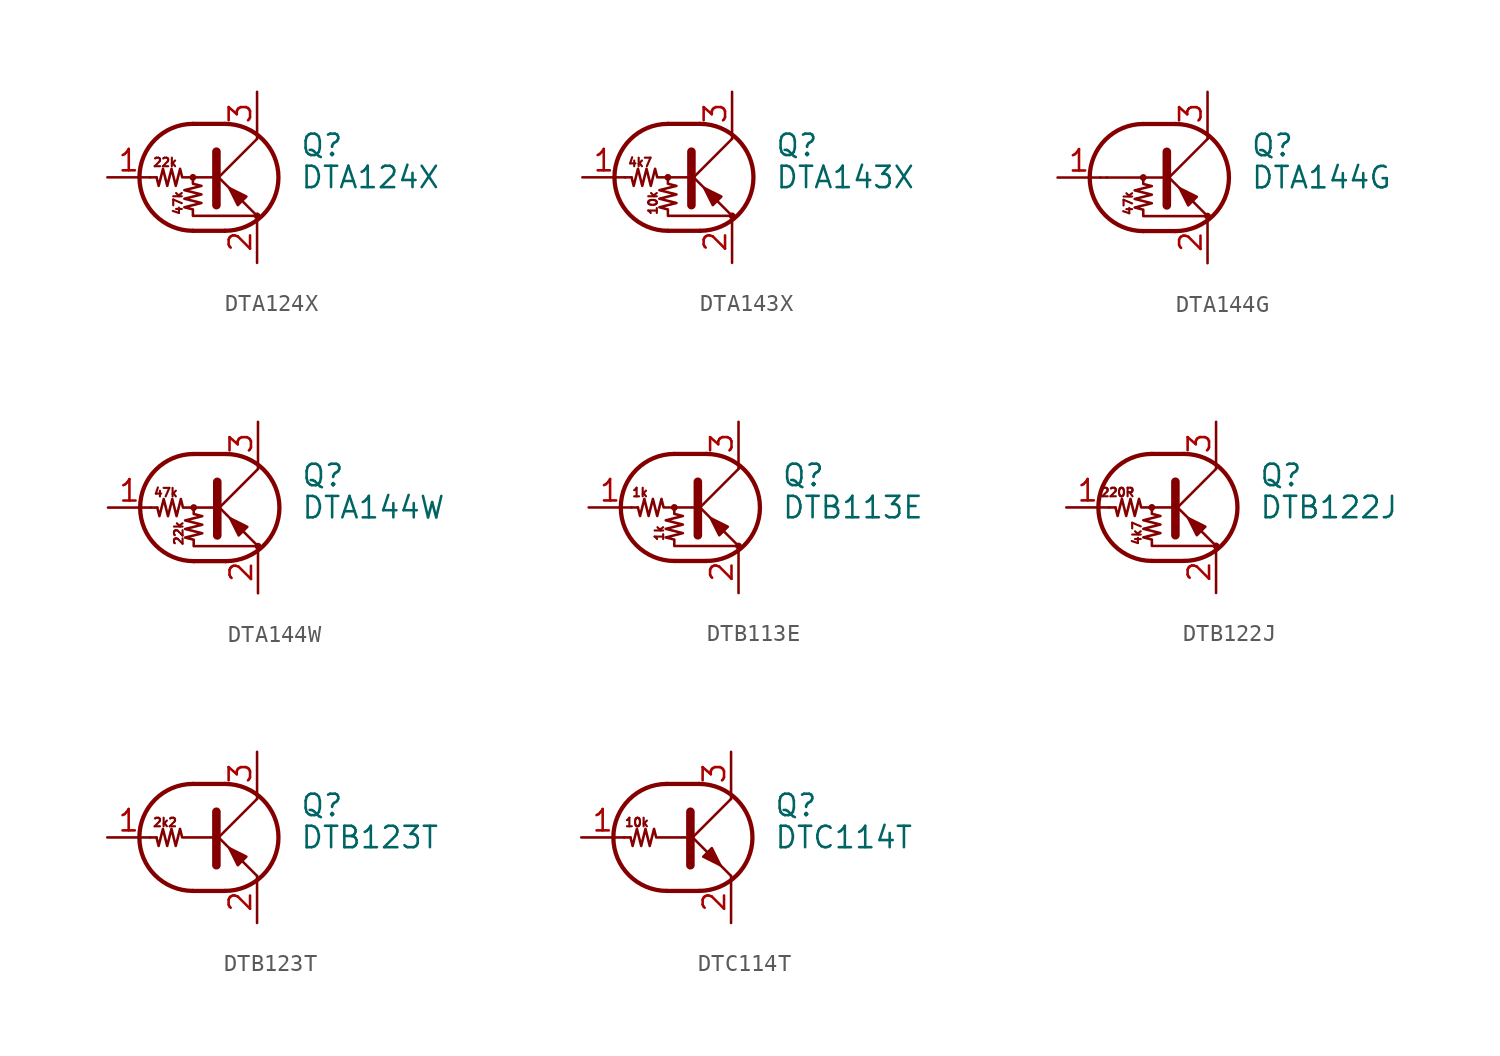
<source format=kicad_sym>
(kicad_symbol_lib
  (version 20220914)
  (generator kicad_symbol_editor)
  (symbol "DTA124X"
    (pin_names
      (offset 0) hide)
    (property "Reference" "Q"
      (at 5.08 1.905 0)
      (effects (font (size 1.27 1.27)) (justify left)))
    (property "Value" "DTA124X"
      (at 5.08 0 0)
      (effects (font (size 1.27 1.27)) (justify left)))
    (symbol "DTA124X_0_0"
      (text "22k" (at -2.921 0.889 0) (effects (font (size 0.508 0.508))))
      (text "47k" (at -2.159 -1.524 900) (effects (font (size 0.508 0.508)))))
    (symbol "DTA124X_0_1"
      (circle (center -1.27 0) (radius 0.127) (stroke (width 0) (type solid)) (fill (type none)))
      (arc (start -1.27 3.175) (mid -4.4312 0) (end -1.27 -3.175) (stroke (width 0.254) (type solid)) (fill (type none)))
      (polyline (pts (xy -3.429 0) (xy -3.81 0)) (stroke (width 0) (type solid)) (fill (type none)))
      (polyline (pts (xy -1.27 -3.175) (xy 0.635 -3.175)) (stroke (width 0.254) (type solid)) (fill (type none)))
      (polyline (pts (xy -1.27 3.175) (xy 0.635 3.175)) (stroke (width 0.254) (type solid)) (fill (type none)))
      (polyline (pts (xy 0 -0.254) (xy 2.54 2.286)) (stroke (width 0) (type solid)) (fill (type none)))
      (polyline (pts (xy 0.127 1.524) (xy 0.127 -1.651)) (stroke (width 0.508) (type solid)) (fill (type outline)))
      (polyline (pts (xy 2.54 2.286) (xy 2.54 2.54)) (stroke (width 0) (type solid)) (fill (type none)))
      (polyline (pts (xy 2.54 -2.286) (xy 0 0.254) (xy 0 0.254)) (stroke (width 0) (type solid)) (fill (type none)))
      (polyline (pts (xy 1.397 -1.651) (xy 1.905 -1.143) (xy 0.889 -0.635) (xy 1.397 -1.651)) (stroke (width 0) (type solid)) (fill (type outline)))
      (polyline (pts (xy 0 0) (xy -1.905 0) (xy -2.032 0.508) (xy -2.286 -0.508) (xy -2.54 0.508) (xy -2.794 -0.508) (xy -3.048 0.508) (xy -3.302 -0.508) (xy -3.429 0)) (stroke (width 0) (type solid)) (fill (type none)))
      (polyline (pts (xy -1.27 0) (xy -1.27 -0.381) (xy -0.762 -0.508) (xy -1.778 -0.762) (xy -0.762 -1.016) (xy -1.778 -1.27) (xy -0.762 -1.524) (xy -1.778 -1.778) (xy -1.27 -1.905) (xy -1.27 -2.286) (xy 2.54 -2.286)) (stroke (width 0) (type solid)) (fill (type none)))
      (arc (start 0.635 -3.175) (mid 3.7962 0) (end 0.635 3.175) (stroke (width 0.254) (type solid)) (fill (type none)))
      (circle (center 2.54 -2.286) (radius 0.127) (stroke (width 0) (type solid)) (fill (type none))))
    (symbol "DTA124X_1_1"
      (pin input line (at -6.35 0 0) (length 2.54) (name "B" (effects (font (size 1.27 1.27)))) (number "1" (effects (font (size 1.27 1.27)))))
      (pin passive line (at 2.54 -5.08 90) (length 2.54) (name "E" (effects (font (size 1.27 1.27)))) (number "2" (effects (font (size 1.27 1.27)))))
      (pin passive line (at 2.54 5.08 270) (length 2.54) (name "C" (effects (font (size 1.27 1.27)))) (number "3" (effects (font (size 1.27 1.27)))))))
  (symbol "DTA143X"
    (pin_names
      (offset 0) hide)
    (property "Reference" "Q"
      (at 5.08 1.905 0)
      (effects (font (size 1.27 1.27)) (justify left)))
    (property "Value" "DTA143X"
      (at 5.08 0 0)
      (effects (font (size 1.27 1.27)) (justify left)))
    (symbol "DTA143X_0_0"
      (text "10k" (at -2.159 -1.524 900) (effects (font (size 0.508 0.508))))
      (text "4k7" (at -2.921 0.889 0) (effects (font (size 0.508 0.508)))))
    (symbol "DTA143X_0_1"
      (circle (center -1.27 0) (radius 0.127) (stroke (width 0) (type solid)) (fill (type none)))
      (arc (start -1.27 3.175) (mid -4.4312 0) (end -1.27 -3.175) (stroke (width 0.254) (type solid)) (fill (type none)))
      (polyline (pts (xy -3.429 0) (xy -3.81 0)) (stroke (width 0) (type solid)) (fill (type none)))
      (polyline (pts (xy -1.27 -3.175) (xy 0.635 -3.175)) (stroke (width 0.254) (type solid)) (fill (type none)))
      (polyline (pts (xy -1.27 3.175) (xy 0.635 3.175)) (stroke (width 0.254) (type solid)) (fill (type none)))
      (polyline (pts (xy 0 -0.254) (xy 2.54 2.286)) (stroke (width 0) (type solid)) (fill (type none)))
      (polyline (pts (xy 0.127 1.524) (xy 0.127 -1.651)) (stroke (width 0.508) (type solid)) (fill (type outline)))
      (polyline (pts (xy 2.54 2.286) (xy 2.54 2.54)) (stroke (width 0) (type solid)) (fill (type none)))
      (polyline (pts (xy 2.54 -2.286) (xy 0 0.254) (xy 0 0.254)) (stroke (width 0) (type solid)) (fill (type none)))
      (polyline (pts (xy 1.397 -1.651) (xy 1.905 -1.143) (xy 0.889 -0.635) (xy 1.397 -1.651)) (stroke (width 0) (type solid)) (fill (type outline)))
      (polyline (pts (xy 0 0) (xy -1.905 0) (xy -2.032 0.508) (xy -2.286 -0.508) (xy -2.54 0.508) (xy -2.794 -0.508) (xy -3.048 0.508) (xy -3.302 -0.508) (xy -3.429 0)) (stroke (width 0) (type solid)) (fill (type none)))
      (polyline (pts (xy -1.27 0) (xy -1.27 -0.381) (xy -0.762 -0.508) (xy -1.778 -0.762) (xy -0.762 -1.016) (xy -1.778 -1.27) (xy -0.762 -1.524) (xy -1.778 -1.778) (xy -1.27 -1.905) (xy -1.27 -2.286) (xy 2.54 -2.286)) (stroke (width 0) (type solid)) (fill (type none)))
      (arc (start 0.635 -3.175) (mid 3.7962 0) (end 0.635 3.175) (stroke (width 0.254) (type solid)) (fill (type none)))
      (circle (center 2.54 -2.286) (radius 0.127) (stroke (width 0) (type solid)) (fill (type none))))
    (symbol "DTA143X_1_1"
      (pin input line (at -6.35 0 0) (length 2.54) (name "B" (effects (font (size 1.27 1.27)))) (number "1" (effects (font (size 1.27 1.27)))))
      (pin passive line (at 2.54 -5.08 90) (length 2.54) (name "E" (effects (font (size 1.27 1.27)))) (number "2" (effects (font (size 1.27 1.27)))))
      (pin passive line (at 2.54 5.08 270) (length 2.54) (name "C" (effects (font (size 1.27 1.27)))) (number "3" (effects (font (size 1.27 1.27)))))))
  (symbol "DTA144G"
    (pin_names
      (offset 0) hide)
    (property "Reference" "Q"
      (at 5.08 1.905 0)
      (effects (font (size 1.27 1.27)) (justify left)))
    (property "Value" "DTA144G"
      (at 5.08 0 0)
      (effects (font (size 1.27 1.27)) (justify left)))
    (symbol "DTA144G_0_0"
      (polyline (pts (xy -3.429 0) (xy 0 0)) (stroke (width 0) (type solid)) (fill (type none)))
      (text "47k" (at -2.159 -1.524 900) (effects (font (size 0.508 0.508)))))
    (symbol "DTA144G_0_1"
      (circle (center -1.27 0) (radius 0.127) (stroke (width 0) (type solid)) (fill (type none)))
      (arc (start -1.27 3.175) (mid -4.4312 0) (end -1.27 -3.175) (stroke (width 0.254) (type solid)) (fill (type none)))
      (polyline (pts (xy -3.429 0) (xy -3.81 0)) (stroke (width 0) (type solid)) (fill (type none)))
      (polyline (pts (xy -1.27 -3.175) (xy 0.635 -3.175)) (stroke (width 0.254) (type solid)) (fill (type none)))
      (polyline (pts (xy -1.27 3.175) (xy 0.635 3.175)) (stroke (width 0.254) (type solid)) (fill (type none)))
      (polyline (pts (xy 0 -0.254) (xy 2.54 2.286)) (stroke (width 0) (type solid)) (fill (type none)))
      (polyline (pts (xy 0.127 1.524) (xy 0.127 -1.651)) (stroke (width 0.508) (type solid)) (fill (type outline)))
      (polyline (pts (xy 2.54 2.286) (xy 2.54 2.54)) (stroke (width 0) (type solid)) (fill (type none)))
      (polyline (pts (xy 2.54 -2.286) (xy 0 0.254) (xy 0 0.254)) (stroke (width 0) (type solid)) (fill (type none)))
      (polyline (pts (xy 1.397 -1.651) (xy 1.905 -1.143) (xy 0.889 -0.635) (xy 1.397 -1.651)) (stroke (width 0) (type solid)) (fill (type outline)))
      (polyline (pts (xy -1.27 0) (xy -1.27 -0.381) (xy -0.762 -0.508) (xy -1.778 -0.762) (xy -0.762 -1.016) (xy -1.778 -1.27) (xy -0.762 -1.524) (xy -1.778 -1.778) (xy -1.27 -1.905) (xy -1.27 -2.286) (xy 2.54 -2.286)) (stroke (width 0) (type solid)) (fill (type none)))
      (arc (start 0.635 -3.175) (mid 3.7962 0) (end 0.635 3.175) (stroke (width 0.254) (type solid)) (fill (type none)))
      (circle (center 2.54 -2.286) (radius 0.127) (stroke (width 0) (type solid)) (fill (type none))))
    (symbol "DTA144G_1_1"
      (pin input line (at -6.35 0 0) (length 2.54) (name "B" (effects (font (size 1.27 1.27)))) (number "1" (effects (font (size 1.27 1.27)))))
      (pin passive line (at 2.54 -5.08 90) (length 2.54) (name "E" (effects (font (size 1.27 1.27)))) (number "2" (effects (font (size 1.27 1.27)))))
      (pin passive line (at 2.54 5.08 270) (length 2.54) (name "C" (effects (font (size 1.27 1.27)))) (number "3" (effects (font (size 1.27 1.27)))))))
  (symbol "DTA144W"
    (pin_names
      (offset 0) hide)
    (property "Reference" "Q"
      (at 5.08 1.905 0)
      (effects (font (size 1.27 1.27)) (justify left)))
    (property "Value" "DTA144W"
      (at 5.08 0 0)
      (effects (font (size 1.27 1.27)) (justify left)))
    (symbol "DTA144W_0_0"
      (text "22k" (at -2.159 -1.524 900) (effects (font (size 0.508 0.508))))
      (text "47k" (at -2.921 0.889 0) (effects (font (size 0.508 0.508)))))
    (symbol "DTA144W_0_1"
      (circle (center -1.27 0) (radius 0.127) (stroke (width 0) (type solid)) (fill (type none)))
      (arc (start -1.27 3.175) (mid -4.4312 0) (end -1.27 -3.175) (stroke (width 0.254) (type solid)) (fill (type none)))
      (polyline (pts (xy -3.429 0) (xy -3.81 0)) (stroke (width 0) (type solid)) (fill (type none)))
      (polyline (pts (xy -1.27 -3.175) (xy 0.635 -3.175)) (stroke (width 0.254) (type solid)) (fill (type none)))
      (polyline (pts (xy -1.27 3.175) (xy 0.635 3.175)) (stroke (width 0.254) (type solid)) (fill (type none)))
      (polyline (pts (xy 0 -0.254) (xy 2.54 2.286)) (stroke (width 0) (type solid)) (fill (type none)))
      (polyline (pts (xy 0.127 1.524) (xy 0.127 -1.651)) (stroke (width 0.508) (type solid)) (fill (type outline)))
      (polyline (pts (xy 2.54 2.286) (xy 2.54 2.54)) (stroke (width 0) (type solid)) (fill (type none)))
      (polyline (pts (xy 2.54 -2.286) (xy 0 0.254) (xy 0 0.254)) (stroke (width 0) (type solid)) (fill (type none)))
      (polyline (pts (xy 1.397 -1.651) (xy 1.905 -1.143) (xy 0.889 -0.635) (xy 1.397 -1.651)) (stroke (width 0) (type solid)) (fill (type outline)))
      (polyline (pts (xy 0 0) (xy -1.905 0) (xy -2.032 0.508) (xy -2.286 -0.508) (xy -2.54 0.508) (xy -2.794 -0.508) (xy -3.048 0.508) (xy -3.302 -0.508) (xy -3.429 0)) (stroke (width 0) (type solid)) (fill (type none)))
      (polyline (pts (xy -1.27 0) (xy -1.27 -0.381) (xy -0.762 -0.508) (xy -1.778 -0.762) (xy -0.762 -1.016) (xy -1.778 -1.27) (xy -0.762 -1.524) (xy -1.778 -1.778) (xy -1.27 -1.905) (xy -1.27 -2.286) (xy 2.54 -2.286)) (stroke (width 0) (type solid)) (fill (type none)))
      (arc (start 0.635 -3.175) (mid 3.7962 0) (end 0.635 3.175) (stroke (width 0.254) (type solid)) (fill (type none)))
      (circle (center 2.54 -2.286) (radius 0.127) (stroke (width 0) (type solid)) (fill (type none))))
    (symbol "DTA144W_1_1"
      (pin input line (at -6.35 0 0) (length 2.54) (name "B" (effects (font (size 1.27 1.27)))) (number "1" (effects (font (size 1.27 1.27)))))
      (pin passive line (at 2.54 -5.08 90) (length 2.54) (name "E" (effects (font (size 1.27 1.27)))) (number "2" (effects (font (size 1.27 1.27)))))
      (pin passive line (at 2.54 5.08 270) (length 2.54) (name "C" (effects (font (size 1.27 1.27)))) (number "3" (effects (font (size 1.27 1.27)))))))
  (symbol "DTB113E"
    (pin_names
      (offset 0) hide)
    (property "Reference" "Q"
      (at 5.08 1.905 0)
      (effects (font (size 1.27 1.27)) (justify left)))
    (property "Value" "DTB113E"
      (at 5.08 0 0)
      (effects (font (size 1.27 1.27)) (justify left)))
    (symbol "DTB113E_0_0"
      (text "1k" (at -3.302 0.889 0) (effects (font (size 0.508 0.508))))
      (text "1k" (at -2.159 -1.524 900) (effects (font (size 0.508 0.508)))))
    (symbol "DTB113E_0_1"
      (circle (center -1.27 0) (radius 0.127) (stroke (width 0) (type solid)) (fill (type none)))
      (arc (start -1.27 3.175) (mid -4.4312 0) (end -1.27 -3.175) (stroke (width 0.254) (type solid)) (fill (type none)))
      (polyline (pts (xy -3.429 0) (xy -3.81 0)) (stroke (width 0) (type solid)) (fill (type none)))
      (polyline (pts (xy -1.27 -3.175) (xy 0.635 -3.175)) (stroke (width 0.254) (type solid)) (fill (type none)))
      (polyline (pts (xy -1.27 3.175) (xy 0.635 3.175)) (stroke (width 0.254) (type solid)) (fill (type none)))
      (polyline (pts (xy 0 -0.254) (xy 2.54 2.286)) (stroke (width 0) (type solid)) (fill (type none)))
      (polyline (pts (xy 0.127 1.524) (xy 0.127 -1.651)) (stroke (width 0.508) (type solid)) (fill (type outline)))
      (polyline (pts (xy 2.54 2.286) (xy 2.54 2.54)) (stroke (width 0) (type solid)) (fill (type none)))
      (polyline (pts (xy 2.54 -2.286) (xy 0 0.254) (xy 0 0.254)) (stroke (width 0) (type solid)) (fill (type none)))
      (polyline (pts (xy 1.397 -1.651) (xy 1.905 -1.143) (xy 0.889 -0.635) (xy 1.397 -1.651)) (stroke (width 0) (type solid)) (fill (type outline)))
      (polyline (pts (xy 0 0) (xy -1.905 0) (xy -2.032 0.508) (xy -2.286 -0.508) (xy -2.54 0.508) (xy -2.794 -0.508) (xy -3.048 0.508) (xy -3.302 -0.508) (xy -3.429 0)) (stroke (width 0) (type solid)) (fill (type none)))
      (polyline (pts (xy -1.27 0) (xy -1.27 -0.381) (xy -0.762 -0.508) (xy -1.778 -0.762) (xy -0.762 -1.016) (xy -1.778 -1.27) (xy -0.762 -1.524) (xy -1.778 -1.778) (xy -1.27 -1.905) (xy -1.27 -2.286) (xy 2.54 -2.286)) (stroke (width 0) (type solid)) (fill (type none)))
      (arc (start 0.635 -3.175) (mid 3.7962 0) (end 0.635 3.175) (stroke (width 0.254) (type solid)) (fill (type none)))
      (circle (center 2.54 -2.286) (radius 0.127) (stroke (width 0) (type solid)) (fill (type none))))
    (symbol "DTB113E_1_1"
      (pin input line (at -6.35 0 0) (length 2.54) (name "B" (effects (font (size 1.27 1.27)))) (number "1" (effects (font (size 1.27 1.27)))))
      (pin passive line (at 2.54 -5.08 90) (length 2.54) (name "E" (effects (font (size 1.27 1.27)))) (number "2" (effects (font (size 1.27 1.27)))))
      (pin passive line (at 2.54 5.08 270) (length 2.54) (name "C" (effects (font (size 1.27 1.27)))) (number "3" (effects (font (size 1.27 1.27)))))))
  (symbol "DTB122J"
    (pin_names
      (offset 0) hide)
    (property "Reference" "Q"
      (at 5.08 1.905 0)
      (effects (font (size 1.27 1.27)) (justify left)))
    (property "Value" "DTB122J"
      (at 5.08 0 0)
      (effects (font (size 1.27 1.27)) (justify left)))
    (symbol "DTB122J_0_0"
      (text "220R" (at -3.302 0.889 0) (effects (font (size 0.508 0.508))))
      (text "4k7" (at -2.159 -1.524 900) (effects (font (size 0.508 0.508)))))
    (symbol "DTB122J_0_1"
      (circle (center -1.27 0) (radius 0.127) (stroke (width 0) (type solid)) (fill (type none)))
      (arc (start -1.27 3.175) (mid -4.4312 0) (end -1.27 -3.175) (stroke (width 0.254) (type solid)) (fill (type none)))
      (polyline (pts (xy -3.429 0) (xy -3.81 0)) (stroke (width 0) (type solid)) (fill (type none)))
      (polyline (pts (xy -1.27 -3.175) (xy 0.635 -3.175)) (stroke (width 0.254) (type solid)) (fill (type none)))
      (polyline (pts (xy -1.27 3.175) (xy 0.635 3.175)) (stroke (width 0.254) (type solid)) (fill (type none)))
      (polyline (pts (xy 0 -0.254) (xy 2.54 2.286)) (stroke (width 0) (type solid)) (fill (type none)))
      (polyline (pts (xy 0.127 1.524) (xy 0.127 -1.651)) (stroke (width 0.508) (type solid)) (fill (type outline)))
      (polyline (pts (xy 2.54 2.286) (xy 2.54 2.54)) (stroke (width 0) (type solid)) (fill (type none)))
      (polyline (pts (xy 2.54 -2.286) (xy 0 0.254) (xy 0 0.254)) (stroke (width 0) (type solid)) (fill (type none)))
      (polyline (pts (xy 1.397 -1.651) (xy 1.905 -1.143) (xy 0.889 -0.635) (xy 1.397 -1.651)) (stroke (width 0) (type solid)) (fill (type outline)))
      (polyline (pts (xy 0 0) (xy -1.905 0) (xy -2.032 0.508) (xy -2.286 -0.508) (xy -2.54 0.508) (xy -2.794 -0.508) (xy -3.048 0.508) (xy -3.302 -0.508) (xy -3.429 0)) (stroke (width 0) (type solid)) (fill (type none)))
      (polyline (pts (xy -1.27 0) (xy -1.27 -0.381) (xy -0.762 -0.508) (xy -1.778 -0.762) (xy -0.762 -1.016) (xy -1.778 -1.27) (xy -0.762 -1.524) (xy -1.778 -1.778) (xy -1.27 -1.905) (xy -1.27 -2.286) (xy 2.54 -2.286)) (stroke (width 0) (type solid)) (fill (type none)))
      (arc (start 0.635 -3.175) (mid 3.7962 0) (end 0.635 3.175) (stroke (width 0.254) (type solid)) (fill (type none)))
      (circle (center 2.54 -2.286) (radius 0.127) (stroke (width 0) (type solid)) (fill (type none))))
    (symbol "DTB122J_1_1"
      (pin input line (at -6.35 0 0) (length 2.54) (name "B" (effects (font (size 1.27 1.27)))) (number "1" (effects (font (size 1.27 1.27)))))
      (pin passive line (at 2.54 -5.08 90) (length 2.54) (name "E" (effects (font (size 1.27 1.27)))) (number "2" (effects (font (size 1.27 1.27)))))
      (pin passive line (at 2.54 5.08 270) (length 2.54) (name "C" (effects (font (size 1.27 1.27)))) (number "3" (effects (font (size 1.27 1.27)))))))
  (symbol "DTB123T"
    (pin_names
      (offset 0) hide)
    (property "Reference" "Q"
      (at 5.08 1.905 0)
      (effects (font (size 1.27 1.27)) (justify left)))
    (property "Value" "DTB123T"
      (at 5.08 0 0)
      (effects (font (size 1.27 1.27)) (justify left)))
    (symbol "DTB123T_0_0"
      (polyline (pts (xy 2.54 -2.286) (xy 2.54 -2.54)) (stroke (width 0) (type solid)) (fill (type none)))
      (text "2k2" (at -2.921 0.889 0) (effects (font (size 0.508 0.508)))))
    (symbol "DTB123T_0_1"
      (arc (start -1.27 3.175) (mid -4.4312 0) (end -1.27 -3.175) (stroke (width 0.254) (type solid)) (fill (type none)))
      (polyline (pts (xy -3.429 0) (xy -3.81 0)) (stroke (width 0) (type solid)) (fill (type none)))
      (polyline (pts (xy -1.27 -3.175) (xy 0.635 -3.175)) (stroke (width 0.254) (type solid)) (fill (type none)))
      (polyline (pts (xy -1.27 3.175) (xy 0.635 3.175)) (stroke (width 0.254) (type solid)) (fill (type none)))
      (polyline (pts (xy 0 -0.254) (xy 2.54 2.286)) (stroke (width 0) (type solid)) (fill (type none)))
      (polyline (pts (xy 0.127 1.524) (xy 0.127 -1.651)) (stroke (width 0.508) (type solid)) (fill (type outline)))
      (polyline (pts (xy 2.54 2.286) (xy 2.54 2.54)) (stroke (width 0) (type solid)) (fill (type none)))
      (polyline (pts (xy 2.54 -2.286) (xy 0 0.254) (xy 0 0.254)) (stroke (width 0) (type solid)) (fill (type none)))
      (polyline (pts (xy 1.397 -1.651) (xy 1.905 -1.143) (xy 0.889 -0.635) (xy 1.397 -1.651)) (stroke (width 0) (type solid)) (fill (type outline)))
      (polyline (pts (xy 0 0) (xy -1.905 0) (xy -2.032 0.508) (xy -2.286 -0.508) (xy -2.54 0.508) (xy -2.794 -0.508) (xy -3.048 0.508) (xy -3.302 -0.508) (xy -3.429 0)) (stroke (width 0) (type solid)) (fill (type none)))
      (arc (start 0.635 -3.175) (mid 3.7962 0) (end 0.635 3.175) (stroke (width 0.254) (type solid)) (fill (type none))))
    (symbol "DTB123T_1_1"
      (pin input line (at -6.35 0 0) (length 2.54) (name "B" (effects (font (size 1.27 1.27)))) (number "1" (effects (font (size 1.27 1.27)))))
      (pin passive line (at 2.54 -5.08 90) (length 2.54) (name "E" (effects (font (size 1.27 1.27)))) (number "2" (effects (font (size 1.27 1.27)))))
      (pin passive line (at 2.54 5.08 270) (length 2.54) (name "C" (effects (font (size 1.27 1.27)))) (number "3" (effects (font (size 1.27 1.27)))))))
  (symbol "DTC114T"
    (pin_names
      (offset 0) hide)
    (property "Reference" "Q"
      (at 5.08 1.905 0)
      (effects (font (size 1.27 1.27)) (justify left)))
    (property "Value" "DTC114T"
      (at 5.08 0 0)
      (effects (font (size 1.27 1.27)) (justify left)))
    (symbol "DTC114T_0_0"
      (polyline (pts (xy 2.54 -2.286) (xy 2.54 -2.54)) (stroke (width 0) (type solid)) (fill (type none)))
      (text "10k" (at -3.048 0.889 0) (effects (font (size 0.508 0.508)))))
    (symbol "DTC114T_0_1"
      (arc (start -1.27 3.175) (mid -4.4312 0) (end -1.27 -3.175) (stroke (width 0.254) (type solid)) (fill (type none)))
      (polyline (pts (xy -3.429 0) (xy -3.81 0)) (stroke (width 0) (type solid)) (fill (type none)))
      (polyline (pts (xy -1.27 -3.175) (xy 0.635 -3.175)) (stroke (width 0.254) (type solid)) (fill (type none)))
      (polyline (pts (xy -1.27 3.175) (xy 0.635 3.175)) (stroke (width 0.254) (type solid)) (fill (type none)))
      (polyline (pts (xy 0 -0.254) (xy 2.54 2.286)) (stroke (width 0) (type solid)) (fill (type none)))
      (polyline (pts (xy 0.127 1.524) (xy 0.127 -1.651)) (stroke (width 0.508) (type solid)) (fill (type outline)))
      (polyline (pts (xy 2.54 2.286) (xy 2.54 2.54)) (stroke (width 0) (type solid)) (fill (type none)))
      (polyline (pts (xy 2.54 -2.286) (xy 0 0.254) (xy 0 0.254)) (stroke (width 0) (type solid)) (fill (type none)))
      (polyline (pts (xy 0.889 -1.143) (xy 1.397 -0.635) (xy 1.905 -1.651) (xy 0.889 -1.143)) (stroke (width 0) (type solid)) (fill (type outline)))
      (polyline (pts (xy 0 0) (xy -1.905 0) (xy -2.032 0.508) (xy -2.286 -0.508) (xy -2.54 0.508) (xy -2.794 -0.508) (xy -3.048 0.508) (xy -3.302 -0.508) (xy -3.429 0)) (stroke (width 0) (type solid)) (fill (type none)))
      (arc (start 0.635 -3.175) (mid 3.7962 0) (end 0.635 3.175) (stroke (width 0.254) (type solid)) (fill (type none))))
    (symbol "DTC114T_1_1"
      (pin input line (at -6.35 0 0) (length 2.54) (name "B" (effects (font (size 1.27 1.27)))) (number "1" (effects (font (size 1.27 1.27)))))
      (pin passive line (at 2.54 -5.08 90) (length 2.54) (name "E" (effects (font (size 1.27 1.27)))) (number "2" (effects (font (size 1.27 1.27)))))
      (pin passive line (at 2.54 5.08 270) (length 2.54) (name "C" (effects (font (size 1.27 1.27)))) (number "3" (effects (font (size 1.27 1.27))))))))
</source>
